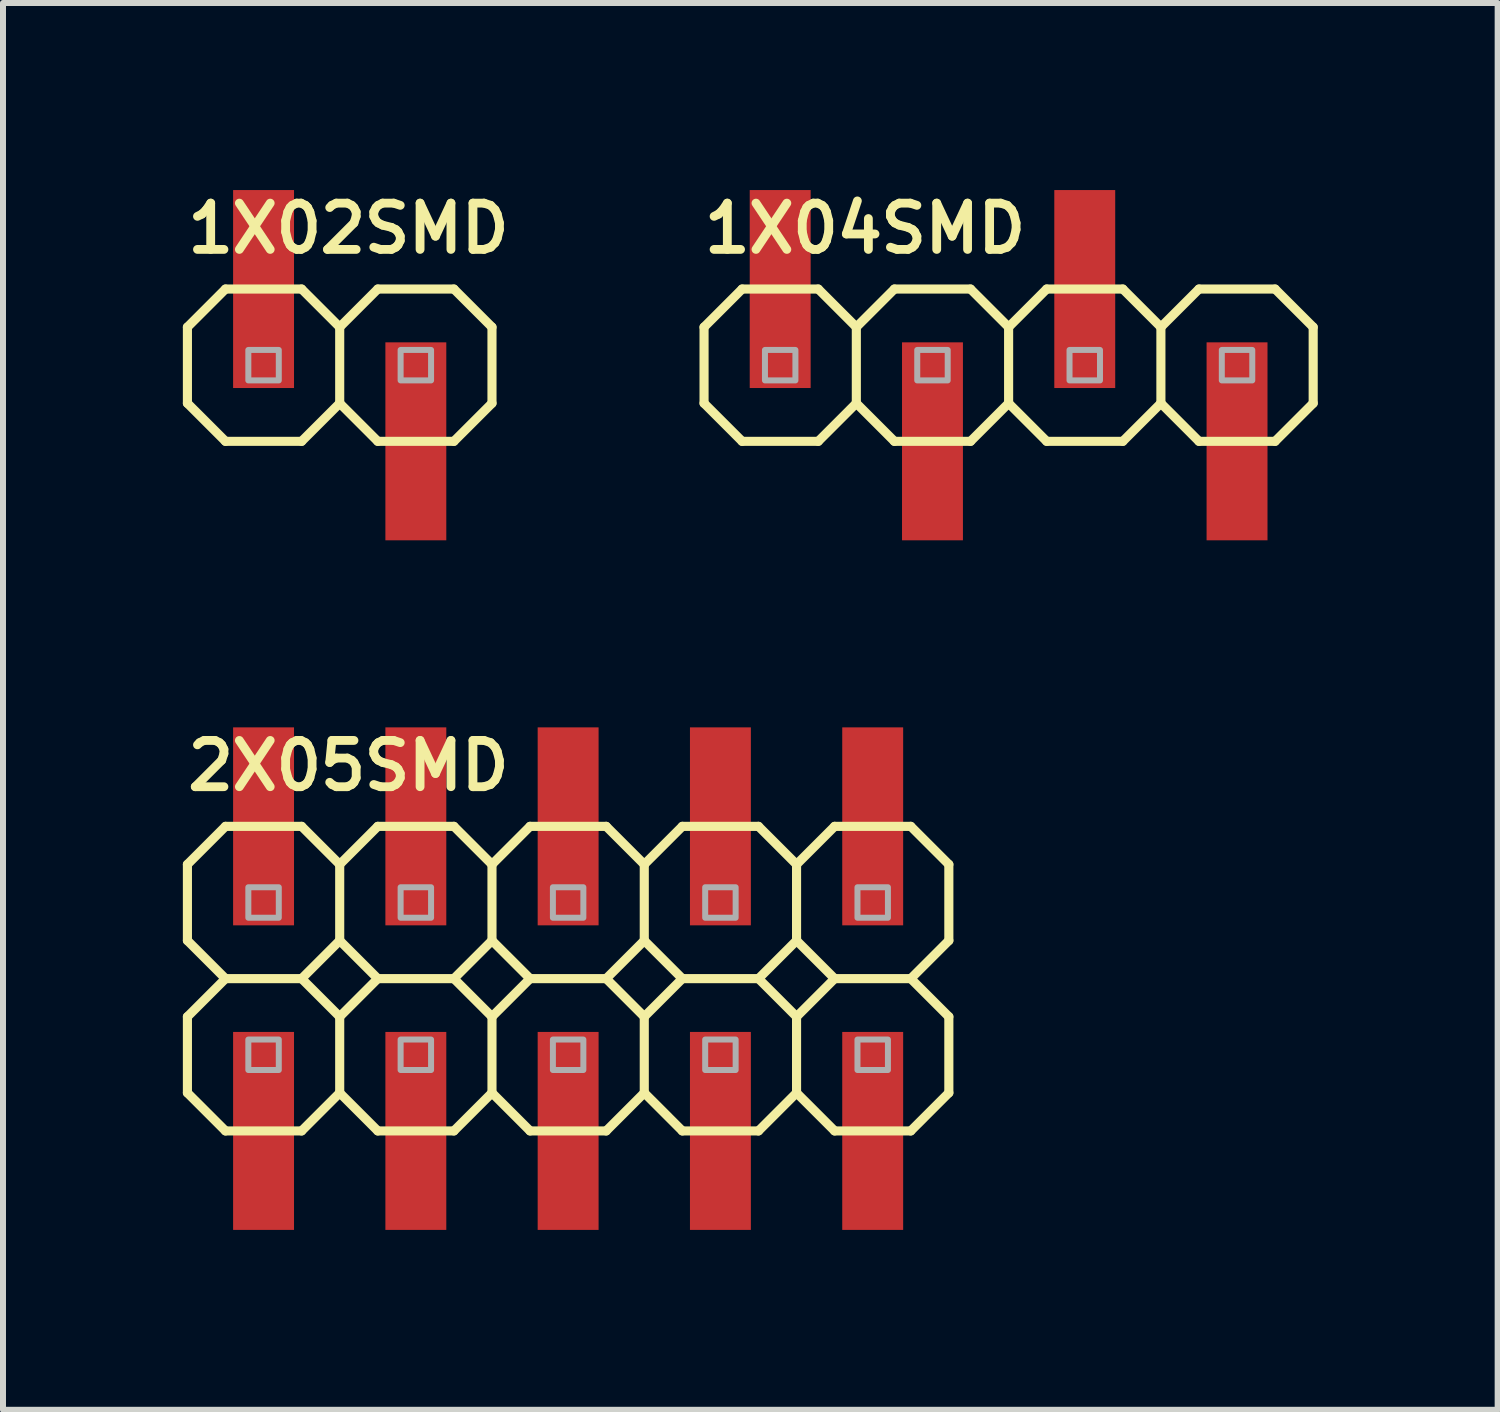
<source format=kicad_pcb>
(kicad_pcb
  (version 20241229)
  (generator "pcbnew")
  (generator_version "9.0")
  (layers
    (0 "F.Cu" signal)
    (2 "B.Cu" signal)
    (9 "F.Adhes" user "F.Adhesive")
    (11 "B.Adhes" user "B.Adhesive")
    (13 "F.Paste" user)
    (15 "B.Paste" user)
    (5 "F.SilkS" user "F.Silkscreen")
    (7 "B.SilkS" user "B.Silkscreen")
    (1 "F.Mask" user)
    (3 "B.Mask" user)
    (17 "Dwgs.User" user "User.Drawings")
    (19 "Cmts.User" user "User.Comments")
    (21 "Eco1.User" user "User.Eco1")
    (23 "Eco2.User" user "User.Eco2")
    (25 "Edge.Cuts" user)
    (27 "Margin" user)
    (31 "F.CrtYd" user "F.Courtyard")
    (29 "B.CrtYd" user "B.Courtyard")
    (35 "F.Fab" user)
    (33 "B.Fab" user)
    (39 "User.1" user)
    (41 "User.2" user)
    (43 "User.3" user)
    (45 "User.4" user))
  (footprint "1X02SMD"
    (layer "F.Cu")
    (at 2.616 3.041)
    (property "Reference" "1X02SMD" (at -2.616 -1.829 0) (layer "F.SilkS") (effects (font (size 0.772 0.772) (thickness 0.147)) (justify left bottom)))
    (attr through_hole)
    (fp_line (start -2.54 -0.635) (end -2.54 0.635) (stroke (width 0.152) (type solid)) (layer "F.SilkS"))
    (fp_line (start -2.54 0.635) (end -1.905 1.27) (stroke (width 0.152) (type solid)) (layer "F.SilkS"))
    (fp_line (start -1.905 -1.27) (end -2.54 -0.635) (stroke (width 0.152) (type solid)) (layer "F.SilkS"))
    (fp_line (start -1.905 -1.27) (end -0.635 -1.27) (stroke (width 0.152) (type solid)) (layer "F.SilkS"))
    (fp_line (start -0.635 -1.27) (end 0 -0.635) (stroke (width 0.152) (type solid)) (layer "F.SilkS"))
    (fp_line (start -0.635 1.27) (end -1.905 1.27) (stroke (width 0.152) (type solid)) (layer "F.SilkS"))
    (fp_line (start 0 -0.635) (end 0 0.635) (stroke (width 0.152) (type solid)) (layer "F.SilkS"))
    (fp_line (start 0 -0.635) (end 0.635 -1.27) (stroke (width 0.152) (type solid)) (layer "F.SilkS"))
    (fp_line (start 0 0.635) (end -0.635 1.27) (stroke (width 0.152) (type solid)) (layer "F.SilkS"))
    (fp_line (start 0.635 -1.27) (end 1.905 -1.27) (stroke (width 0.152) (type solid)) (layer "F.SilkS"))
    (fp_line (start 0.635 1.27) (end 0 0.635) (stroke (width 0.152) (type solid)) (layer "F.SilkS"))
    (fp_line (start 1.905 -1.27) (end 2.54 -0.635) (stroke (width 0.152) (type solid)) (layer "F.SilkS"))
    (fp_line (start 1.905 1.27) (end 0.635 1.27) (stroke (width 0.152) (type solid)) (layer "F.SilkS"))
    (fp_line (start 2.54 -0.635) (end 2.54 0.635) (stroke (width 0.152) (type solid)) (layer "F.SilkS"))
    (fp_line (start 2.54 0.635) (end 1.905 1.27) (stroke (width 0.152) (type solid)) (layer "F.SilkS"))
    (fp_poly (pts (xy -1.524 0.254) (xy -1.016 0.254) (xy -1.016 -0.254) (xy -1.524 -0.254)) (stroke (width 0.1) (type solid)) (fill no) (layer "F.Fab"))
    (fp_poly (pts (xy 1.016 0.254) (xy 1.524 0.254) (xy 1.524 -0.254) (xy 1.016 -0.254)) (stroke (width 0.1) (type solid)) (fill no) (layer "F.Fab"))
    (pad "1" smd rect (at -1.27 -1.27 270) (size 3.302 1.016) (layers "F.Cu" "F.Mask" "F.Paste"))
    (pad "2" smd rect (at 1.27 1.27 90) (size 3.302 1.016) (layers "F.Cu" "F.Mask" "F.Paste")))
  (footprint "2X05SMD"
    (layer "F.Cu")
    (at 2.616 12.003)
    (property "Reference" "2X05SMD" (at -2.616 -1.829 0) (layer "F.SilkS") (effects (font (size 0.772 0.772) (thickness 0.147)) (justify left bottom)))
    (attr through_hole)
    (fp_line (start -2.54 -0.635) (end -2.54 0.635) (stroke (width 0.152) (type solid)) (layer "F.SilkS"))
    (fp_line (start -2.54 0.635) (end -1.905 1.27) (stroke (width 0.152) (type solid)) (layer "F.SilkS"))
    (fp_line (start -2.54 1.905) (end -2.54 3.175) (stroke (width 0.152) (type solid)) (layer "F.SilkS"))
    (fp_line (start -2.54 3.175) (end -1.905 3.81) (stroke (width 0.152) (type solid)) (layer "F.SilkS"))
    (fp_line (start -1.905 -1.27) (end -2.54 -0.635) (stroke (width 0.152) (type solid)) (layer "F.SilkS"))
    (fp_line (start -1.905 -1.27) (end -0.635 -1.27) (stroke (width 0.152) (type solid)) (layer "F.SilkS"))
    (fp_line (start -1.905 1.27) (end -2.54 1.905) (stroke (width 0.152) (type solid)) (layer "F.SilkS"))
    (fp_line (start -0.635 -1.27) (end 0 -0.635) (stroke (width 0.152) (type solid)) (layer "F.SilkS"))
    (fp_line (start -0.635 1.27) (end -1.905 1.27) (stroke (width 0.152) (type solid)) (layer "F.SilkS"))
    (fp_line (start -0.635 1.27) (end 0 1.905) (stroke (width 0.152) (type solid)) (layer "F.SilkS"))
    (fp_line (start -0.635 3.81) (end -1.905 3.81) (stroke (width 0.152) (type solid)) (layer "F.SilkS"))
    (fp_line (start 0 -0.635) (end 0 0.635) (stroke (width 0.152) (type solid)) (layer "F.SilkS"))
    (fp_line (start 0 -0.635) (end 0.635 -1.27) (stroke (width 0.152) (type solid)) (layer "F.SilkS"))
    (fp_line (start 0 0.635) (end -0.635 1.27) (stroke (width 0.152) (type solid)) (layer "F.SilkS"))
    (fp_line (start 0 1.905) (end 0 3.175) (stroke (width 0.152) (type solid)) (layer "F.SilkS"))
    (fp_line (start 0 1.905) (end 0.635 1.27) (stroke (width 0.152) (type solid)) (layer "F.SilkS"))
    (fp_line (start 0 3.175) (end -0.635 3.81) (stroke (width 0.152) (type solid)) (layer "F.SilkS"))
    (fp_line (start 0.635 -1.27) (end 1.905 -1.27) (stroke (width 0.152) (type solid)) (layer "F.SilkS"))
    (fp_line (start 0.635 1.27) (end 0 0.635) (stroke (width 0.152) (type solid)) (layer "F.SilkS"))
    (fp_line (start 0.635 1.27) (end 1.905 1.27) (stroke (width 0.152) (type solid)) (layer "F.SilkS"))
    (fp_line (start 0.635 3.81) (end 0 3.175) (stroke (width 0.152) (type solid)) (layer "F.SilkS"))
    (fp_line (start 0.635 3.81) (end 1.905 3.81) (stroke (width 0.152) (type solid)) (layer "F.SilkS"))
    (fp_line (start 1.905 -1.27) (end 2.54 -0.635) (stroke (width 0.152) (type solid)) (layer "F.SilkS"))
    (fp_line (start 1.905 1.27) (end 2.54 1.905) (stroke (width 0.152) (type solid)) (layer "F.SilkS"))
    (fp_line (start 2.54 -0.635) (end 2.54 0.635) (stroke (width 0.152) (type solid)) (layer "F.SilkS"))
    (fp_line (start 2.54 -0.635) (end 3.175 -1.27) (stroke (width 0.152) (type solid)) (layer "F.SilkS"))
    (fp_line (start 2.54 0.635) (end 1.905 1.27) (stroke (width 0.152) (type solid)) (layer "F.SilkS"))
    (fp_line (start 2.54 1.905) (end 2.54 3.175) (stroke (width 0.152) (type solid)) (layer "F.SilkS"))
    (fp_line (start 2.54 1.905) (end 3.175 1.27) (stroke (width 0.152) (type solid)) (layer "F.SilkS"))
    (fp_line (start 2.54 3.175) (end 1.905 3.81) (stroke (width 0.152) (type solid)) (layer "F.SilkS"))
    (fp_line (start 3.175 -1.27) (end 4.445 -1.27) (stroke (width 0.152) (type solid)) (layer "F.SilkS"))
    (fp_line (start 3.175 1.27) (end 2.54 0.635) (stroke (width 0.152) (type solid)) (layer "F.SilkS"))
    (fp_line (start 3.175 1.27) (end 4.445 1.27) (stroke (width 0.152) (type solid)) (layer "F.SilkS"))
    (fp_line (start 3.175 3.81) (end 2.54 3.175) (stroke (width 0.152) (type solid)) (layer "F.SilkS"))
    (fp_line (start 3.175 3.81) (end 4.445 3.81) (stroke (width 0.152) (type solid)) (layer "F.SilkS"))
    (fp_line (start 4.445 -1.27) (end 5.08 -0.635) (stroke (width 0.152) (type solid)) (layer "F.SilkS"))
    (fp_line (start 4.445 1.27) (end 5.08 1.905) (stroke (width 0.152) (type solid)) (layer "F.SilkS"))
    (fp_line (start 5.08 -0.635) (end 5.08 0.635) (stroke (width 0.152) (type solid)) (layer "F.SilkS"))
    (fp_line (start 5.08 -0.635) (end 5.715 -1.27) (stroke (width 0.152) (type solid)) (layer "F.SilkS"))
    (fp_line (start 5.08 0.635) (end 4.445 1.27) (stroke (width 0.152) (type solid)) (layer "F.SilkS"))
    (fp_line (start 5.08 1.905) (end 5.08 3.175) (stroke (width 0.152) (type solid)) (layer "F.SilkS"))
    (fp_line (start 5.08 1.905) (end 5.715 1.27) (stroke (width 0.152) (type solid)) (layer "F.SilkS"))
    (fp_line (start 5.08 3.175) (end 4.445 3.81) (stroke (width 0.152) (type solid)) (layer "F.SilkS"))
    (fp_line (start 5.715 -1.27) (end 6.985 -1.27) (stroke (width 0.152) (type solid)) (layer "F.SilkS"))
    (fp_line (start 5.715 1.27) (end 5.08 0.635) (stroke (width 0.152) (type solid)) (layer "F.SilkS"))
    (fp_line (start 5.715 1.27) (end 6.985 1.27) (stroke (width 0.152) (type solid)) (layer "F.SilkS"))
    (fp_line (start 5.715 3.81) (end 5.08 3.175) (stroke (width 0.152) (type solid)) (layer "F.SilkS"))
    (fp_line (start 5.715 3.81) (end 6.985 3.81) (stroke (width 0.152) (type solid)) (layer "F.SilkS"))
    (fp_line (start 6.985 -1.27) (end 7.62 -0.635) (stroke (width 0.152) (type solid)) (layer "F.SilkS"))
    (fp_line (start 6.985 1.27) (end 7.62 1.905) (stroke (width 0.152) (type solid)) (layer "F.SilkS"))
    (fp_line (start 7.62 -0.635) (end 7.62 0.635) (stroke (width 0.152) (type solid)) (layer "F.SilkS"))
    (fp_line (start 7.62 -0.635) (end 8.255 -1.27) (stroke (width 0.152) (type solid)) (layer "F.SilkS"))
    (fp_line (start 7.62 0.635) (end 6.985 1.27) (stroke (width 0.152) (type solid)) (layer "F.SilkS"))
    (fp_line (start 7.62 1.905) (end 7.62 3.175) (stroke (width 0.152) (type solid)) (layer "F.SilkS"))
    (fp_line (start 7.62 1.905) (end 8.255 1.27) (stroke (width 0.152) (type solid)) (layer "F.SilkS"))
    (fp_line (start 7.62 3.175) (end 6.985 3.81) (stroke (width 0.152) (type solid)) (layer "F.SilkS"))
    (fp_line (start 8.255 -1.27) (end 9.525 -1.27) (stroke (width 0.152) (type solid)) (layer "F.SilkS"))
    (fp_line (start 8.255 1.27) (end 7.62 0.635) (stroke (width 0.152) (type solid)) (layer "F.SilkS"))
    (fp_line (start 8.255 1.27) (end 9.525 1.27) (stroke (width 0.152) (type solid)) (layer "F.SilkS"))
    (fp_line (start 8.255 3.81) (end 7.62 3.175) (stroke (width 0.152) (type solid)) (layer "F.SilkS"))
    (fp_line (start 8.255 3.81) (end 9.525 3.81) (stroke (width 0.152) (type solid)) (layer "F.SilkS"))
    (fp_line (start 9.525 -1.27) (end 10.16 -0.635) (stroke (width 0.152) (type solid)) (layer "F.SilkS"))
    (fp_line (start 9.525 1.27) (end 10.16 1.905) (stroke (width 0.152) (type solid)) (layer "F.SilkS"))
    (fp_line (start 10.16 -0.635) (end 10.16 0.635) (stroke (width 0.152) (type solid)) (layer "F.SilkS"))
    (fp_line (start 10.16 0.635) (end 9.525 1.27) (stroke (width 0.152) (type solid)) (layer "F.SilkS"))
    (fp_line (start 10.16 1.905) (end 10.16 3.175) (stroke (width 0.152) (type solid)) (layer "F.SilkS"))
    (fp_line (start 10.16 3.175) (end 9.525 3.81) (stroke (width 0.152) (type solid)) (layer "F.SilkS"))
    (fp_poly (pts (xy -1.524 0.254) (xy -1.016 0.254) (xy -1.016 -0.254) (xy -1.524 -0.254)) (stroke (width 0.1) (type solid)) (fill no) (layer "F.Fab"))
    (fp_poly (pts (xy -1.524 2.794) (xy -1.016 2.794) (xy -1.016 2.286) (xy -1.524 2.286)) (stroke (width 0.1) (type solid)) (fill no) (layer "F.Fab"))
    (fp_poly (pts (xy 1.016 0.254) (xy 1.524 0.254) (xy 1.524 -0.254) (xy 1.016 -0.254)) (stroke (width 0.1) (type solid)) (fill no) (layer "F.Fab"))
    (fp_poly (pts (xy 1.016 2.794) (xy 1.524 2.794) (xy 1.524 2.286) (xy 1.016 2.286)) (stroke (width 0.1) (type solid)) (fill no) (layer "F.Fab"))
    (fp_poly (pts (xy 3.556 0.254) (xy 4.064 0.254) (xy 4.064 -0.254) (xy 3.556 -0.254)) (stroke (width 0.1) (type solid)) (fill no) (layer "F.Fab"))
    (fp_poly (pts (xy 3.556 2.794) (xy 4.064 2.794) (xy 4.064 2.286) (xy 3.556 2.286)) (stroke (width 0.1) (type solid)) (fill no) (layer "F.Fab"))
    (fp_poly (pts (xy 6.096 0.254) (xy 6.604 0.254) (xy 6.604 -0.254) (xy 6.096 -0.254)) (stroke (width 0.1) (type solid)) (fill no) (layer "F.Fab"))
    (fp_poly (pts (xy 6.096 2.794) (xy 6.604 2.794) (xy 6.604 2.286) (xy 6.096 2.286)) (stroke (width 0.1) (type solid)) (fill no) (layer "F.Fab"))
    (fp_poly (pts (xy 8.636 0.254) (xy 9.144 0.254) (xy 9.144 -0.254) (xy 8.636 -0.254)) (stroke (width 0.1) (type solid)) (fill no) (layer "F.Fab"))
    (fp_poly (pts (xy 8.636 2.794) (xy 9.144 2.794) (xy 9.144 2.286) (xy 8.636 2.286)) (stroke (width 0.1) (type solid)) (fill no) (layer "F.Fab"))
    (pad "1" smd rect (at -1.27 3.81 270) (size 3.302 1.016) (layers "F.Cu" "F.Mask" "F.Paste"))
    (pad "2" smd rect (at -1.27 -1.27 90) (size 3.302 1.016) (layers "F.Cu" "F.Mask" "F.Paste"))
    (pad "3" smd rect (at 1.27 3.81 270) (size 3.302 1.016) (layers "F.Cu" "F.Mask" "F.Paste"))
    (pad "4" smd rect (at 1.27 -1.27 270) (size 3.302 1.016) (layers "F.Cu" "F.Mask" "F.Paste"))
    (pad "5" smd rect (at 3.81 3.81 270) (size 3.302 1.016) (layers "F.Cu" "F.Mask" "F.Paste"))
    (pad "6" smd rect (at 3.81 -1.27 270) (size 3.302 1.016) (layers "F.Cu" "F.Mask" "F.Paste"))
    (pad "7" smd rect (at 6.35 3.81 270) (size 3.302 1.016) (layers "F.Cu" "F.Mask" "F.Paste"))
    (pad "8" smd rect (at 6.35 -1.27 270) (size 3.302 1.016) (layers "F.Cu" "F.Mask" "F.Paste"))
    (pad "9" smd rect (at 8.89 3.81 270) (size 3.302 1.016) (layers "F.Cu" "F.Mask" "F.Paste"))
    (pad "10" smd rect (at 8.89 -1.27 270) (size 3.302 1.016) (layers "F.Cu" "F.Mask" "F.Paste")))
  (footprint "1X04SMD"
    (layer "F.Cu")
    (at 11.233 3.041)
    (property "Reference" "1X04SMD" (at -2.616 -1.829 0) (layer "F.SilkS") (effects (font (size 0.772 0.772) (thickness 0.147)) (justify left bottom)))
    (attr through_hole)
    (fp_line (start -2.54 -0.635) (end -2.54 0.635) (stroke (width 0.152) (type solid)) (layer "F.SilkS"))
    (fp_line (start -2.54 0.635) (end -1.905 1.27) (stroke (width 0.152) (type solid)) (layer "F.SilkS"))
    (fp_line (start -1.905 -1.27) (end -2.54 -0.635) (stroke (width 0.152) (type solid)) (layer "F.SilkS"))
    (fp_line (start -1.905 -1.27) (end -0.635 -1.27) (stroke (width 0.152) (type solid)) (layer "F.SilkS"))
    (fp_line (start -0.635 -1.27) (end 0 -0.635) (stroke (width 0.152) (type solid)) (layer "F.SilkS"))
    (fp_line (start -0.635 1.27) (end -1.905 1.27) (stroke (width 0.152) (type solid)) (layer "F.SilkS"))
    (fp_line (start 0 -0.635) (end 0 0.635) (stroke (width 0.152) (type solid)) (layer "F.SilkS"))
    (fp_line (start 0 -0.635) (end 0.635 -1.27) (stroke (width 0.152) (type solid)) (layer "F.SilkS"))
    (fp_line (start 0 0.635) (end -0.635 1.27) (stroke (width 0.152) (type solid)) (layer "F.SilkS"))
    (fp_line (start 0.635 -1.27) (end 1.905 -1.27) (stroke (width 0.152) (type solid)) (layer "F.SilkS"))
    (fp_line (start 0.635 1.27) (end 0 0.635) (stroke (width 0.152) (type solid)) (layer "F.SilkS"))
    (fp_line (start 1.905 -1.27) (end 2.54 -0.635) (stroke (width 0.152) (type solid)) (layer "F.SilkS"))
    (fp_line (start 1.905 1.27) (end 0.635 1.27) (stroke (width 0.152) (type solid)) (layer "F.SilkS"))
    (fp_line (start 2.54 -0.635) (end 2.54 0.635) (stroke (width 0.152) (type solid)) (layer "F.SilkS"))
    (fp_line (start 2.54 0.635) (end 1.905 1.27) (stroke (width 0.152) (type solid)) (layer "F.SilkS"))
    (fp_line (start 3.175 -1.27) (end 2.54 -0.635) (stroke (width 0.152) (type solid)) (layer "F.SilkS"))
    (fp_line (start 3.175 -1.27) (end 4.445 -1.27) (stroke (width 0.152) (type solid)) (layer "F.SilkS"))
    (fp_line (start 3.175 1.27) (end 2.54 0.635) (stroke (width 0.152) (type solid)) (layer "F.SilkS"))
    (fp_line (start 3.175 1.27) (end 4.445 1.27) (stroke (width 0.152) (type solid)) (layer "F.SilkS"))
    (fp_line (start 4.445 -1.27) (end 5.08 -0.635) (stroke (width 0.152) (type solid)) (layer "F.SilkS"))
    (fp_line (start 5.08 -0.635) (end 5.08 0.635) (stroke (width 0.152) (type solid)) (layer "F.SilkS"))
    (fp_line (start 5.08 0.635) (end 4.445 1.27) (stroke (width 0.152) (type solid)) (layer "F.SilkS"))
    (fp_line (start 5.715 -1.27) (end 5.08 -0.635) (stroke (width 0.152) (type solid)) (layer "F.SilkS"))
    (fp_line (start 5.715 -1.27) (end 6.985 -1.27) (stroke (width 0.152) (type solid)) (layer "F.SilkS"))
    (fp_line (start 5.715 1.27) (end 5.08 0.635) (stroke (width 0.152) (type solid)) (layer "F.SilkS"))
    (fp_line (start 5.715 1.27) (end 6.985 1.27) (stroke (width 0.152) (type solid)) (layer "F.SilkS"))
    (fp_line (start 6.985 -1.27) (end 7.62 -0.635) (stroke (width 0.152) (type solid)) (layer "F.SilkS"))
    (fp_line (start 7.62 -0.635) (end 7.62 0.635) (stroke (width 0.152) (type solid)) (layer "F.SilkS"))
    (fp_line (start 7.62 0.635) (end 6.985 1.27) (stroke (width 0.152) (type solid)) (layer "F.SilkS"))
    (fp_poly (pts (xy -1.524 0.254) (xy -1.016 0.254) (xy -1.016 -0.254) (xy -1.524 -0.254)) (stroke (width 0.1) (type solid)) (fill no) (layer "F.Fab"))
    (fp_poly (pts (xy 1.016 0.254) (xy 1.524 0.254) (xy 1.524 -0.254) (xy 1.016 -0.254)) (stroke (width 0.1) (type solid)) (fill no) (layer "F.Fab"))
    (fp_poly (pts (xy 3.556 0.254) (xy 4.064 0.254) (xy 4.064 -0.254) (xy 3.556 -0.254)) (stroke (width 0.1) (type solid)) (fill no) (layer "F.Fab"))
    (fp_poly (pts (xy 6.096 0.254) (xy 6.604 0.254) (xy 6.604 -0.254) (xy 6.096 -0.254)) (stroke (width 0.1) (type solid)) (fill no) (layer "F.Fab"))
    (pad "1" smd rect (at -1.27 -1.27 270) (size 3.302 1.016) (layers "F.Cu" "F.Mask" "F.Paste"))
    (pad "2" smd rect (at 1.27 1.27 90) (size 3.302 1.016) (layers "F.Cu" "F.Mask" "F.Paste"))
    (pad "3" smd rect (at 3.81 -1.27 270) (size 3.302 1.016) (layers "F.Cu" "F.Mask" "F.Paste"))
    (pad "4" smd rect (at 6.35 1.27 90) (size 3.302 1.016) (layers "F.Cu" "F.Mask" "F.Paste")))
  (gr_rect
    (start -3 -3)
    (end 21.93 20.464)
    (stroke (width 0.1) (type default))
    (fill no)
    (layer "Edge.Cuts")))
</source>
